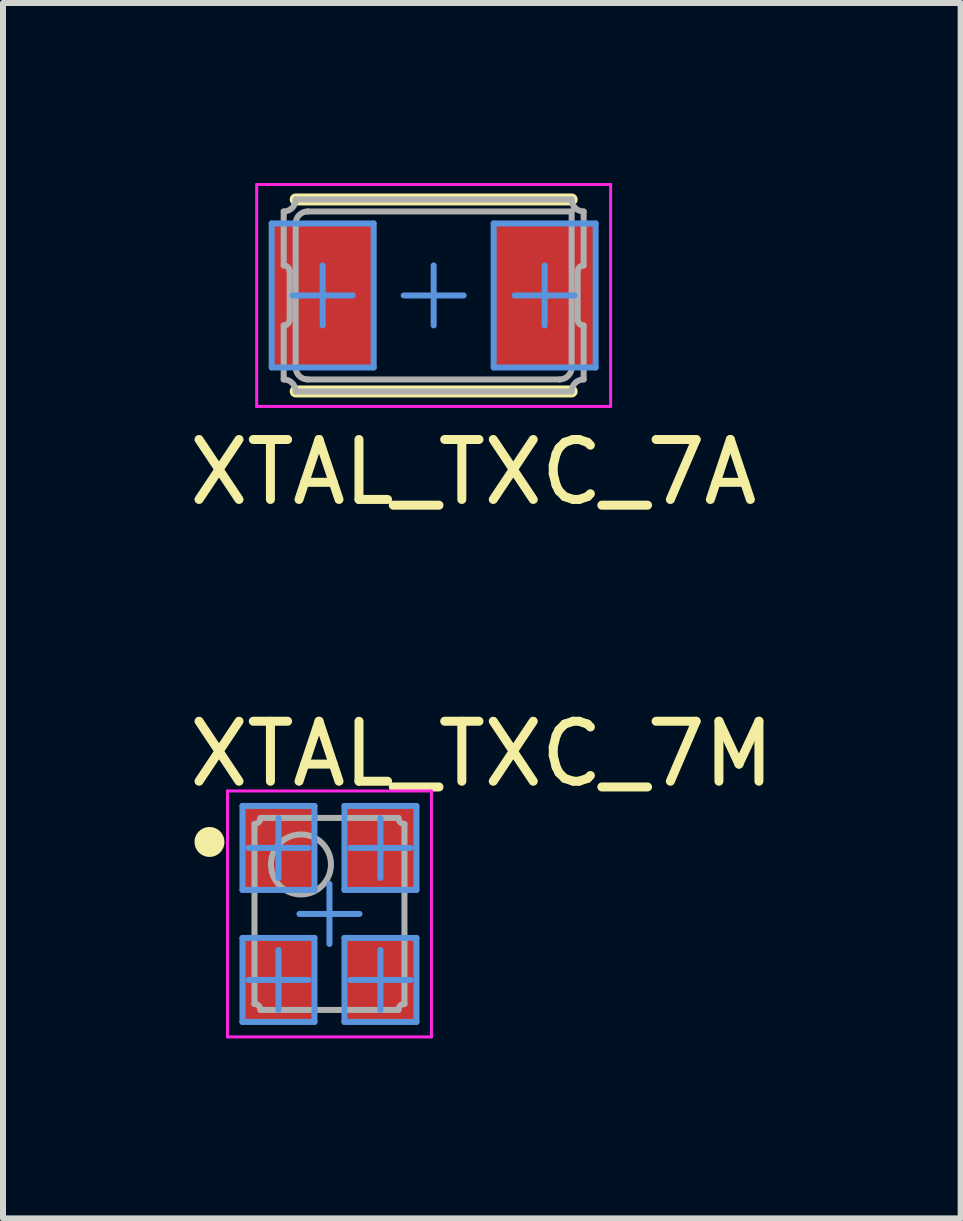
<source format=kicad_pcb>
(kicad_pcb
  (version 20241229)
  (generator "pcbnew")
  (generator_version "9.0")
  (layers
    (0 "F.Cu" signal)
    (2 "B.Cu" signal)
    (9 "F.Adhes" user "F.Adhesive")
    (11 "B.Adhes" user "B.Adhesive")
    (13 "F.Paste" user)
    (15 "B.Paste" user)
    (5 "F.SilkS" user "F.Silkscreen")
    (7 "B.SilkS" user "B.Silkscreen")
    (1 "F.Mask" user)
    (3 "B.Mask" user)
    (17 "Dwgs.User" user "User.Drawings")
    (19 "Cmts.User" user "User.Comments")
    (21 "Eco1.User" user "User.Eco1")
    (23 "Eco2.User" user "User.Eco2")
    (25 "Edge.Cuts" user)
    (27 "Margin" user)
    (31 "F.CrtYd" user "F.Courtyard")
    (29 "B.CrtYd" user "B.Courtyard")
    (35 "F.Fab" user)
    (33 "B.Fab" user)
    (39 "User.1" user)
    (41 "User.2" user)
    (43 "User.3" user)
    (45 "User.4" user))
  (footprint "XTAL_TXC_7A"
    (layer "F.Cu")
    (at 4.179 1.875)
    (property "Reference" "XTAL_TXC_7A" (at 0.66 2.946 180) (layer "F.SilkS") (effects (font (size 1 1) (thickness 0.15))))
    (attr smd)
    (fp_line (start -2.3 -1.6) (end 2.3 -1.6) (stroke (width 0.2) (type solid)) (layer "F.SilkS"))
    (fp_line (start -2.3 1.6) (end 2.3 1.6) (stroke (width 0.2) (type solid)) (layer "F.SilkS"))
    (fp_line (start -2.7 -1.2) (end -1 -1.2) (stroke (width 0.1) (type solid)) (layer "Cmts.User"))
    (fp_line (start -2.7 1.2) (end -2.7 -1.2) (stroke (width 0.1) (type solid)) (layer "Cmts.User"))
    (fp_line (start -2.7 1.2) (end -1 1.2) (stroke (width 0.1) (type solid)) (layer "Cmts.User"))
    (fp_line (start -2.35 0) (end -1.85 0) (stroke (width 0.1) (type solid)) (layer "Cmts.User"))
    (fp_line (start -1.85 0) (end -1.85 -0.5) (stroke (width 0.1) (type solid)) (layer "Cmts.User"))
    (fp_line (start -1.85 0) (end -1.35 0) (stroke (width 0.1) (type solid)) (layer "Cmts.User"))
    (fp_line (start -1.85 0.5) (end -1.85 0) (stroke (width 0.1) (type solid)) (layer "Cmts.User"))
    (fp_line (start -1 1.2) (end -1 -1.2) (stroke (width 0.1) (type solid)) (layer "Cmts.User"))
    (fp_line (start -0.5 0) (end 0 0) (stroke (width 0.1) (type solid)) (layer "Cmts.User"))
    (fp_line (start 0 0) (end 0 -0.5) (stroke (width 0.1) (type solid)) (layer "Cmts.User"))
    (fp_line (start 0 0) (end 0.5 0) (stroke (width 0.1) (type solid)) (layer "Cmts.User"))
    (fp_line (start 0 0.5) (end 0 0) (stroke (width 0.1) (type solid)) (layer "Cmts.User"))
    (fp_line (start 1 -1.2) (end 2.7 -1.2) (stroke (width 0.1) (type solid)) (layer "Cmts.User"))
    (fp_line (start 1 1.2) (end 1 -1.2) (stroke (width 0.1) (type solid)) (layer "Cmts.User"))
    (fp_line (start 1 1.2) (end 2.7 1.2) (stroke (width 0.1) (type solid)) (layer "Cmts.User"))
    (fp_line (start 1.35 0) (end 1.85 0) (stroke (width 0.1) (type solid)) (layer "Cmts.User"))
    (fp_line (start 1.85 0) (end 1.85 -0.5) (stroke (width 0.1) (type solid)) (layer "Cmts.User"))
    (fp_line (start 1.85 0) (end 2.35 0) (stroke (width 0.1) (type solid)) (layer "Cmts.User"))
    (fp_line (start 1.85 0.5) (end 1.85 0) (stroke (width 0.1) (type solid)) (layer "Cmts.User"))
    (fp_line (start 2.7 1.2) (end 2.7 -1.2) (stroke (width 0.1) (type solid)) (layer "Cmts.User"))
    (fp_line (start -2.95 -1.85) (end 2.95 -1.85) (stroke (width 0.05) (type solid)) (layer "F.CrtYd"))
    (fp_line (start -2.95 1.85) (end -2.95 -1.85) (stroke (width 0.05) (type solid)) (layer "F.CrtYd"))
    (fp_line (start -2.95 1.85) (end 2.95 1.85) (stroke (width 0.05) (type solid)) (layer "F.CrtYd"))
    (fp_line (start 2.95 1.85) (end 2.95 -1.85) (stroke (width 0.05) (type solid)) (layer "F.CrtYd"))
    (fp_line (start -2.5 -0.5) (end -2.5 -1.4) (stroke (width 0.1) (type solid)) (layer "F.Fab"))
    (fp_line (start -2.5 1.4) (end -2.5 0.5) (stroke (width 0.1) (type solid)) (layer "F.Fab"))
    (fp_line (start -2.4 0.4) (end -2.4 -0.4) (stroke (width 0.1) (type solid)) (layer "F.Fab"))
    (fp_line (start -2.3 -1.6) (end 2.3 -1.6) (stroke (width 0.1) (type solid)) (layer "F.Fab"))
    (fp_line (start -2.3 1.2) (end -2.3 -1.2) (stroke (width 0.1) (type solid)) (layer "F.Fab"))
    (fp_line (start -2.3 1.6) (end 2.3 1.6) (stroke (width 0.1) (type solid)) (layer "F.Fab"))
    (fp_line (start -2.1 -1.4) (end 2.3 -1.4) (stroke (width 0.1) (type solid)) (layer "F.Fab"))
    (fp_line (start -2.1 1.4) (end 2.1 1.4) (stroke (width 0.1) (type solid)) (layer "F.Fab"))
    (fp_line (start 2.3 1.2) (end 2.3 -1.4) (stroke (width 0.1) (type solid)) (layer "F.Fab"))
    (fp_line (start 2.4 0.4) (end 2.4 -0.4) (stroke (width 0.1) (type solid)) (layer "F.Fab"))
    (fp_line (start 2.5 -0.5) (end 2.5 -1.4) (stroke (width 0.1) (type solid)) (layer "F.Fab"))
    (fp_line (start 2.5 1.4) (end 2.5 0.5) (stroke (width 0.1) (type solid)) (layer "F.Fab"))
    (fp_arc (start -2.5 -0.5) (mid -2.429289 -0.470711) (end -2.4 -0.4) (stroke (width 0.1) (type solid)) (layer "F.Fab"))
    (fp_arc (start -2.5 1.4) (mid -2.358579 1.458579) (end -2.3 1.6) (stroke (width 0.1) (type solid)) (layer "F.Fab"))
    (fp_arc (start -2.4 0.4) (mid -2.429289 0.470711) (end -2.5 0.5) (stroke (width 0.1) (type solid)) (layer "F.Fab"))
    (fp_arc (start -2.3 -1.6) (mid -2.358579 -1.458579) (end -2.5 -1.4) (stroke (width 0.1) (type solid)) (layer "F.Fab"))
    (fp_arc (start -2.3 -1.2) (mid -2.241421 -1.341421) (end -2.1 -1.4) (stroke (width 0.1) (type solid)) (layer "F.Fab"))
    (fp_arc (start -2.1 1.4) (mid -2.241421 1.341421) (end -2.3 1.2) (stroke (width 0.1) (type solid)) (layer "F.Fab"))
    (fp_arc (start 2.3 1.2) (mid 2.241421 1.341421) (end 2.1 1.4) (stroke (width 0.1) (type solid)) (layer "F.Fab"))
    (fp_arc (start 2.3 1.6) (mid 2.358579 1.458579) (end 2.5 1.4) (stroke (width 0.1) (type solid)) (layer "F.Fab"))
    (fp_arc (start 2.4 -0.4) (mid 2.429289 -0.470711) (end 2.5 -0.5) (stroke (width 0.1) (type solid)) (layer "F.Fab"))
    (fp_arc (start 2.5 -1.4) (mid 2.358579 -1.458579) (end 2.3 -1.6) (stroke (width 0.1) (type solid)) (layer "F.Fab"))
    (fp_arc (start 2.5 0.5) (mid 2.429289 0.470711) (end 2.4 0.4) (stroke (width 0.1) (type solid)) (layer "F.Fab"))
    (pad "1" smd rect (at -1.85 0) (size 1.7 2.4) (layers "F.Cu" "F.Mask" "F.Paste"))
    (pad "2" smd rect (at 1.85 0) (size 1.7 2.4) (layers "F.Cu" "F.Mask" "F.Paste")))
  (footprint "XTAL_TXC_7M"
    (layer "F.Cu")
    (at 2.442 12.185)
    (property "Reference" "XTAL_TXC_7M" (at 2.54 -2.667 0) (layer "F.SilkS") (effects (font (size 1 1) (thickness 0.15))))
    (attr smd)
    (fp_circle (center -2 -1.2) (end -1.875 -1.2) (stroke (width 0.25) (type solid)) (fill no) (layer "F.SilkS"))
    (fp_line (start -1.45 -1.8) (end -0.25 -1.8) (stroke (width 0.1) (type solid)) (layer "Cmts.User"))
    (fp_line (start -1.45 -0.4) (end -1.45 -1.8) (stroke (width 0.1) (type solid)) (layer "Cmts.User"))
    (fp_line (start -1.45 -0.4) (end -0.25 -0.4) (stroke (width 0.1) (type solid)) (layer "Cmts.User"))
    (fp_line (start -1.45 0.4) (end -0.25 0.4) (stroke (width 0.1) (type solid)) (layer "Cmts.User"))
    (fp_line (start -1.45 1.8) (end -1.45 0.4) (stroke (width 0.1) (type solid)) (layer "Cmts.User"))
    (fp_line (start -1.45 1.8) (end -0.25 1.8) (stroke (width 0.1) (type solid)) (layer "Cmts.User"))
    (fp_line (start -1.35 -1.1) (end -0.85 -1.1) (stroke (width 0.1) (type solid)) (layer "Cmts.User"))
    (fp_line (start -1.35 1.1) (end -0.85 1.1) (stroke (width 0.1) (type solid)) (layer "Cmts.User"))
    (fp_line (start -0.85 -1.1) (end -0.85 -1.6) (stroke (width 0.1) (type solid)) (layer "Cmts.User"))
    (fp_line (start -0.85 -1.1) (end -0.35 -1.1) (stroke (width 0.1) (type solid)) (layer "Cmts.User"))
    (fp_line (start -0.85 -0.6) (end -0.85 -1.1) (stroke (width 0.1) (type solid)) (layer "Cmts.User"))
    (fp_line (start -0.85 1.1) (end -0.85 0.6) (stroke (width 0.1) (type solid)) (layer "Cmts.User"))
    (fp_line (start -0.85 1.1) (end -0.35 1.1) (stroke (width 0.1) (type solid)) (layer "Cmts.User"))
    (fp_line (start -0.85 1.6) (end -0.85 1.1) (stroke (width 0.1) (type solid)) (layer "Cmts.User"))
    (fp_line (start -0.5 0) (end 0 0) (stroke (width 0.1) (type solid)) (layer "Cmts.User"))
    (fp_line (start -0.25 -0.4) (end -0.25 -1.8) (stroke (width 0.1) (type solid)) (layer "Cmts.User"))
    (fp_line (start -0.25 1.8) (end -0.25 0.4) (stroke (width 0.1) (type solid)) (layer "Cmts.User"))
    (fp_line (start 0 0) (end 0 -0.5) (stroke (width 0.1) (type solid)) (layer "Cmts.User"))
    (fp_line (start 0 0) (end 0.5 0) (stroke (width 0.1) (type solid)) (layer "Cmts.User"))
    (fp_line (start 0 0.5) (end 0 0) (stroke (width 0.1) (type solid)) (layer "Cmts.User"))
    (fp_line (start 0.25 -1.8) (end 1.45 -1.8) (stroke (width 0.1) (type solid)) (layer "Cmts.User"))
    (fp_line (start 0.25 -0.4) (end 0.25 -1.8) (stroke (width 0.1) (type solid)) (layer "Cmts.User"))
    (fp_line (start 0.25 -0.4) (end 1.45 -0.4) (stroke (width 0.1) (type solid)) (layer "Cmts.User"))
    (fp_line (start 0.25 0.4) (end 1.45 0.4) (stroke (width 0.1) (type solid)) (layer "Cmts.User"))
    (fp_line (start 0.25 1.8) (end 0.25 0.4) (stroke (width 0.1) (type solid)) (layer "Cmts.User"))
    (fp_line (start 0.25 1.8) (end 1.45 1.8) (stroke (width 0.1) (type solid)) (layer "Cmts.User"))
    (fp_line (start 0.35 -1.1) (end 0.85 -1.1) (stroke (width 0.1) (type solid)) (layer "Cmts.User"))
    (fp_line (start 0.35 1.1) (end 0.85 1.1) (stroke (width 0.1) (type solid)) (layer "Cmts.User"))
    (fp_line (start 0.85 -1.1) (end 0.85 -1.6) (stroke (width 0.1) (type solid)) (layer "Cmts.User"))
    (fp_line (start 0.85 -1.1) (end 1.35 -1.1) (stroke (width 0.1) (type solid)) (layer "Cmts.User"))
    (fp_line (start 0.85 -0.6) (end 0.85 -1.1) (stroke (width 0.1) (type solid)) (layer "Cmts.User"))
    (fp_line (start 0.85 1.1) (end 0.85 0.6) (stroke (width 0.1) (type solid)) (layer "Cmts.User"))
    (fp_line (start 0.85 1.1) (end 1.35 1.1) (stroke (width 0.1) (type solid)) (layer "Cmts.User"))
    (fp_line (start 0.85 1.6) (end 0.85 1.1) (stroke (width 0.1) (type solid)) (layer "Cmts.User"))
    (fp_line (start 1.45 -0.4) (end 1.45 -1.8) (stroke (width 0.1) (type solid)) (layer "Cmts.User"))
    (fp_line (start 1.45 1.8) (end 1.45 0.4) (stroke (width 0.1) (type solid)) (layer "Cmts.User"))
    (fp_line (start -1.7 -2.05) (end 1.7 -2.05) (stroke (width 0.05) (type solid)) (layer "F.CrtYd"))
    (fp_line (start -1.7 2.05) (end -1.7 -2.05) (stroke (width 0.05) (type solid)) (layer "F.CrtYd"))
    (fp_line (start -1.7 2.05) (end 1.7 2.05) (stroke (width 0.05) (type solid)) (layer "F.CrtYd"))
    (fp_line (start 1.7 2.05) (end 1.7 -2.05) (stroke (width 0.05) (type solid)) (layer "F.CrtYd"))
    (fp_line (start -1.25 1.5) (end -1.25 -1.5) (stroke (width 0.1) (type solid)) (layer "F.Fab"))
    (fp_line (start -1.15 -1.6) (end 1.15 -1.6) (stroke (width 0.1) (type solid)) (layer "F.Fab"))
    (fp_line (start -1.15 1.6) (end 1.15 1.6) (stroke (width 0.1) (type solid)) (layer "F.Fab"))
    (fp_line (start 1.25 1.5) (end 1.25 -1.5) (stroke (width 0.1) (type solid)) (layer "F.Fab"))
    (fp_arc (start -1.25 1.5) (mid -1.179289 1.529289) (end -1.15 1.6) (stroke (width 0.1) (type solid)) (layer "F.Fab"))
    (fp_arc (start -1.15 -1.6) (mid -1.179289 -1.529289) (end -1.25 -1.5) (stroke (width 0.1) (type solid)) (layer "F.Fab"))
    (fp_arc (start 1.15 1.6) (mid 1.179289 1.529289) (end 1.25 1.5) (stroke (width 0.1) (type solid)) (layer "F.Fab"))
    (fp_arc (start 1.25 -1.5) (mid 1.179289 -1.529289) (end 1.15 -1.6) (stroke (width 0.1) (type solid)) (layer "F.Fab"))
    (fp_circle (center -0.475 -0.825) (end 0.025 -0.825) (stroke (width 0.1) (type solid)) (fill no) (layer "F.Fab"))
    (pad "1" smd rect (at -0.85 -1.1) (size 1.2 1.4) (layers "F.Cu" "F.Mask" "F.Paste"))
    (pad "2" smd rect (at -0.85 1.1) (size 1.2 1.4) (layers "F.Cu" "F.Mask" "F.Paste"))
    (pad "3" smd rect (at 0.85 1.1) (size 1.2 1.4) (layers "F.Cu" "F.Mask" "F.Paste"))
    (pad "4" smd rect (at 0.85 -1.1) (size 1.2 1.4) (layers "F.Cu" "F.Mask" "F.Paste")))
  (gr_rect
    (start -3 -3)
    (end 12.964 17.26)
    (stroke (width 0.1) (type default))
    (fill no)
    (layer "Edge.Cuts")))
</source>
